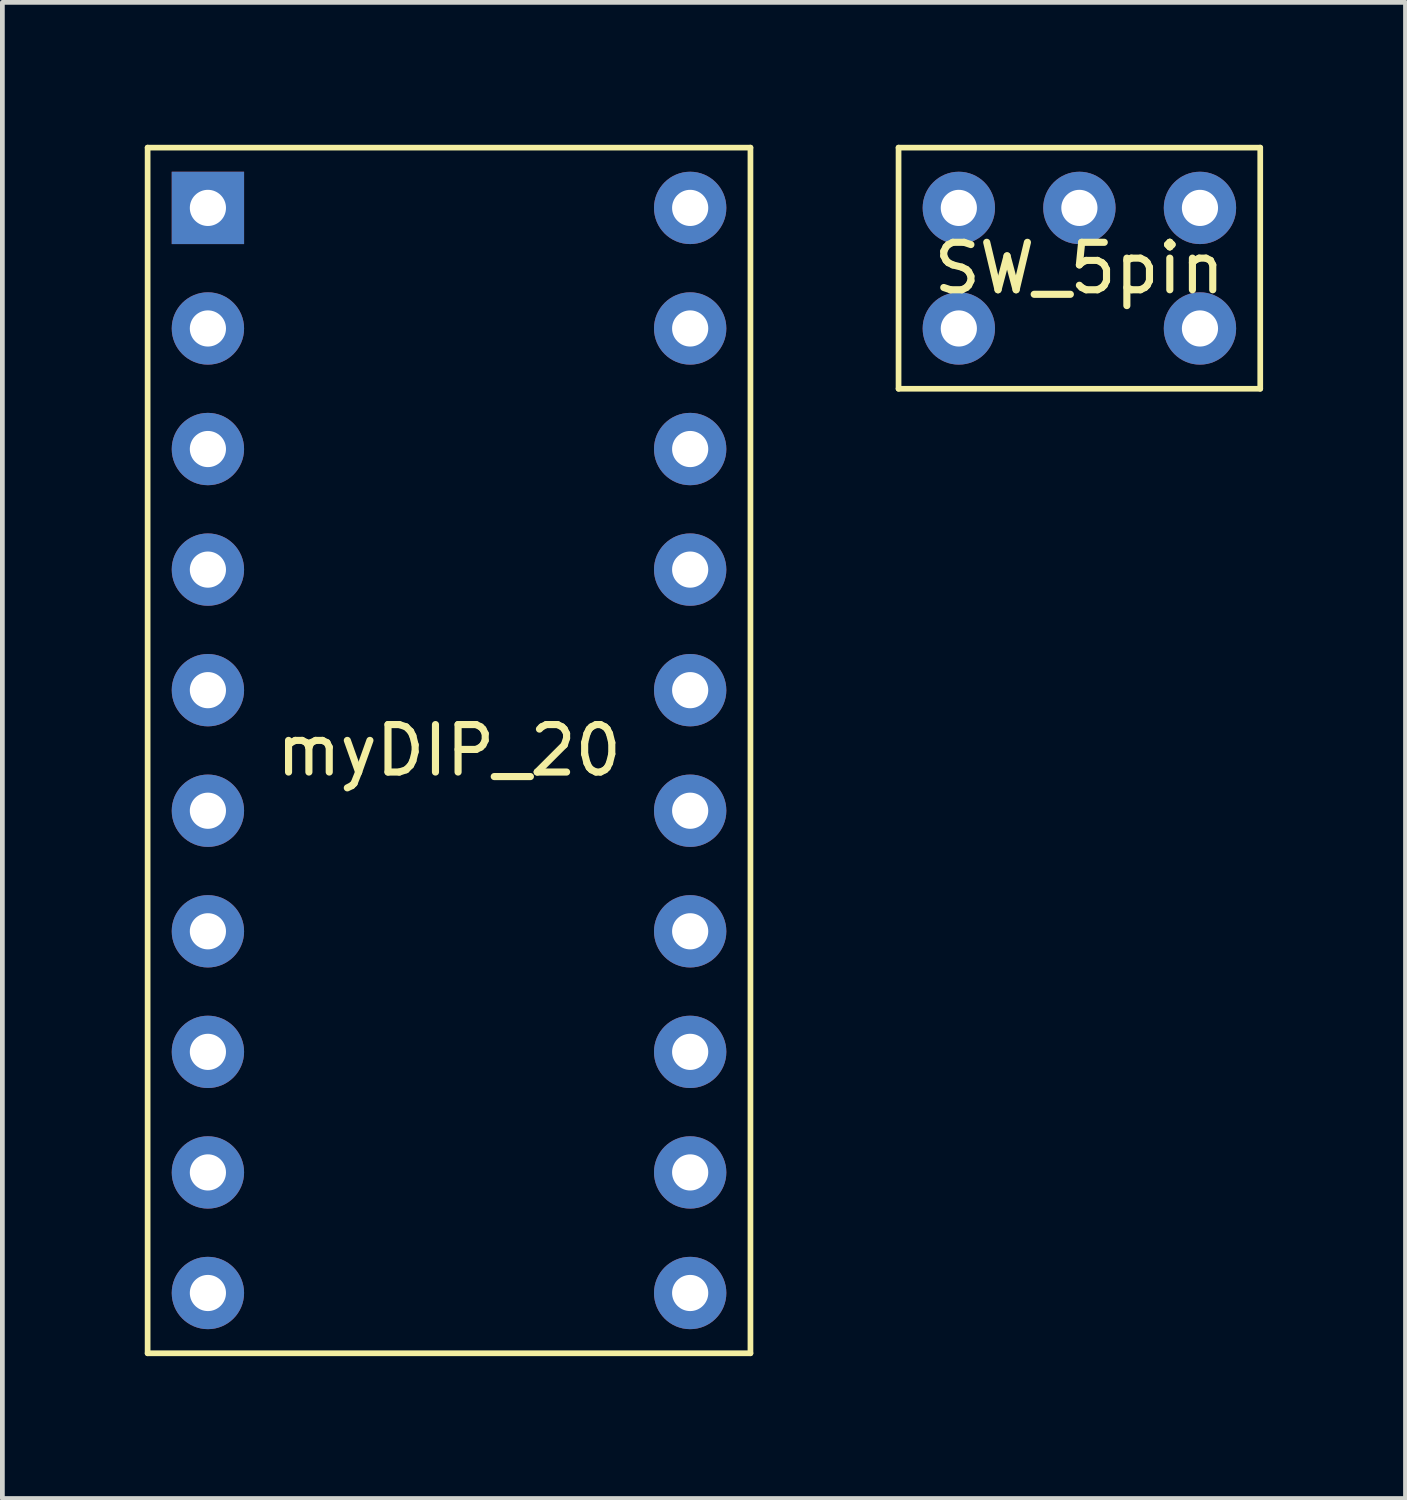
<source format=kicad_pcb>
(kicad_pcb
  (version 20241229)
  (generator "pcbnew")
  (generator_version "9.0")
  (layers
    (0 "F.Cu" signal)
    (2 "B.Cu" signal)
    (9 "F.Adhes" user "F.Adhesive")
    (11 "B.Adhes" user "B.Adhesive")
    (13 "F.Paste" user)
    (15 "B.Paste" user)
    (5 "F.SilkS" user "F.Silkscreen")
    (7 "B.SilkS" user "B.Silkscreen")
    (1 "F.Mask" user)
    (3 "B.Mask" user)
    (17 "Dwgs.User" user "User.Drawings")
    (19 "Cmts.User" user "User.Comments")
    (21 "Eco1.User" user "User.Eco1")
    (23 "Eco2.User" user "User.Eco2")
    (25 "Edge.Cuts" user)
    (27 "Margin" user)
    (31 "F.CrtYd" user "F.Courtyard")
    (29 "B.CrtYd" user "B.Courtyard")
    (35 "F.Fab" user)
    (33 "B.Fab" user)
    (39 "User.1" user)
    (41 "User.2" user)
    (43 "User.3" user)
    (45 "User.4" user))
  (footprint "myDIP_20"
    (layer "F.Cu")
    (at 5.14 12.76)
    (property "Reference" "myDIP_20" (at 1.27 0 0) (layer "F.SilkS") (effects (font (size 1 1) (thickness 0.15))))
    (attr through_hole)
    (fp_line (start -5.08 -12.7) (end 7.62 -12.7) (stroke (width 0.12) (type solid)) (layer "F.SilkS"))
    (fp_line (start -5.08 12.7) (end -5.08 -12.7) (stroke (width 0.12) (type solid)) (layer "F.SilkS"))
    (fp_line (start 7.62 -12.7) (end 7.62 12.7) (stroke (width 0.12) (type solid)) (layer "F.SilkS"))
    (fp_line (start 7.62 12.7) (end -5.08 12.7) (stroke (width 0.12) (type solid)) (layer "F.SilkS"))
    (pad "1" thru_hole rect (at -3.81 -11.43) (size 1.524 1.524) (drill 0.762) (layers "*.Cu" "*.Mask"))
    (pad "2" thru_hole circle (at -3.81 -8.89) (size 1.524 1.524) (drill 0.762) (layers "*.Cu" "*.Mask"))
    (pad "3" thru_hole circle (at -3.81 -6.35) (size 1.524 1.524) (drill 0.762) (layers "*.Cu" "*.Mask"))
    (pad "4" thru_hole circle (at -3.81 -3.81) (size 1.524 1.524) (drill 0.762) (layers "*.Cu" "*.Mask"))
    (pad "5" thru_hole circle (at -3.81 -1.27) (size 1.524 1.524) (drill 0.762) (layers "*.Cu" "*.Mask"))
    (pad "6" thru_hole circle (at -3.81 1.27) (size 1.524 1.524) (drill 0.762) (layers "*.Cu" "*.Mask"))
    (pad "7" thru_hole circle (at -3.81 3.81) (size 1.524 1.524) (drill 0.762) (layers "*.Cu" "*.Mask"))
    (pad "8" thru_hole circle (at -3.81 6.35) (size 1.524 1.524) (drill 0.762) (layers "*.Cu" "*.Mask"))
    (pad "9" thru_hole circle (at -3.81 8.89) (size 1.524 1.524) (drill 0.762) (layers "*.Cu" "*.Mask"))
    (pad "10" thru_hole circle (at -3.81 11.43) (size 1.524 1.524) (drill 0.762) (layers "*.Cu" "*.Mask"))
    (pad "11" thru_hole circle (at 6.35 11.43) (size 1.524 1.524) (drill 0.762) (layers "*.Cu" "*.Mask"))
    (pad "12" thru_hole circle (at 6.35 8.89) (size 1.524 1.524) (drill 0.762) (layers "*.Cu" "*.Mask"))
    (pad "13" thru_hole circle (at 6.35 6.35) (size 1.524 1.524) (drill 0.762) (layers "*.Cu" "*.Mask"))
    (pad "14" thru_hole circle (at 6.35 3.81) (size 1.524 1.524) (drill 0.762) (layers "*.Cu" "*.Mask"))
    (pad "15" thru_hole circle (at 6.35 1.27) (size 1.524 1.524) (drill 0.762) (layers "*.Cu" "*.Mask"))
    (pad "16" thru_hole circle (at 6.35 -1.27) (size 1.524 1.524) (drill 0.762) (layers "*.Cu" "*.Mask"))
    (pad "17" thru_hole circle (at 6.35 -3.81) (size 1.524 1.524) (drill 0.762) (layers "*.Cu" "*.Mask"))
    (pad "18" thru_hole circle (at 6.35 -6.35) (size 1.524 1.524) (drill 0.762) (layers "*.Cu" "*.Mask"))
    (pad "19" thru_hole circle (at 6.35 -8.89) (size 1.524 1.524) (drill 0.762) (layers "*.Cu" "*.Mask"))
    (pad "20" thru_hole circle (at 6.35 -11.43) (size 1.524 1.524) (drill 0.762) (layers "*.Cu" "*.Mask")))
  (footprint "SW_5pin"
    (layer "F.Cu")
    (at 19.69 3.87)
    (property "Reference" "SW_5pin" (at 0 -1.27 0) (layer "F.SilkS") (effects (font (size 1 1) (thickness 0.15))))
    (attr through_hole)
    (fp_line (start -3.81 -3.81) (end 3.81 -3.81) (stroke (width 0.12) (type solid)) (layer "F.SilkS"))
    (fp_line (start -3.81 1.27) (end -3.81 -3.81) (stroke (width 0.12) (type solid)) (layer "F.SilkS"))
    (fp_line (start 3.81 -3.81) (end 3.81 1.27) (stroke (width 0.12) (type solid)) (layer "F.SilkS"))
    (fp_line (start 3.81 1.27) (end -3.81 1.27) (stroke (width 0.12) (type solid)) (layer "F.SilkS"))
    (pad "1" thru_hole circle (at -2.54 -2.54) (size 1.524 1.524) (drill 0.762) (layers "*.Cu" "*.Mask"))
    (pad "2" thru_hole circle (at 0 -2.54) (size 1.524 1.524) (drill 0.762) (layers "*.Cu" "*.Mask"))
    (pad "3" thru_hole circle (at 2.54 -2.54) (size 1.524 1.524) (drill 0.762) (layers "*.Cu" "*.Mask"))
    (pad "4" thru_hole circle (at -2.54 0) (size 1.524 1.524) (drill 0.762) (layers "*.Cu" "*.Mask"))
    (pad "5" thru_hole circle (at 2.54 0) (size 1.524 1.524) (drill 0.762) (layers "*.Cu" "*.Mask")))
  (gr_rect
    (start -3 -3)
    (end 26.56 28.52)
    (stroke (width 0.1) (type default))
    (fill no)
    (layer "Edge.Cuts")))
</source>
